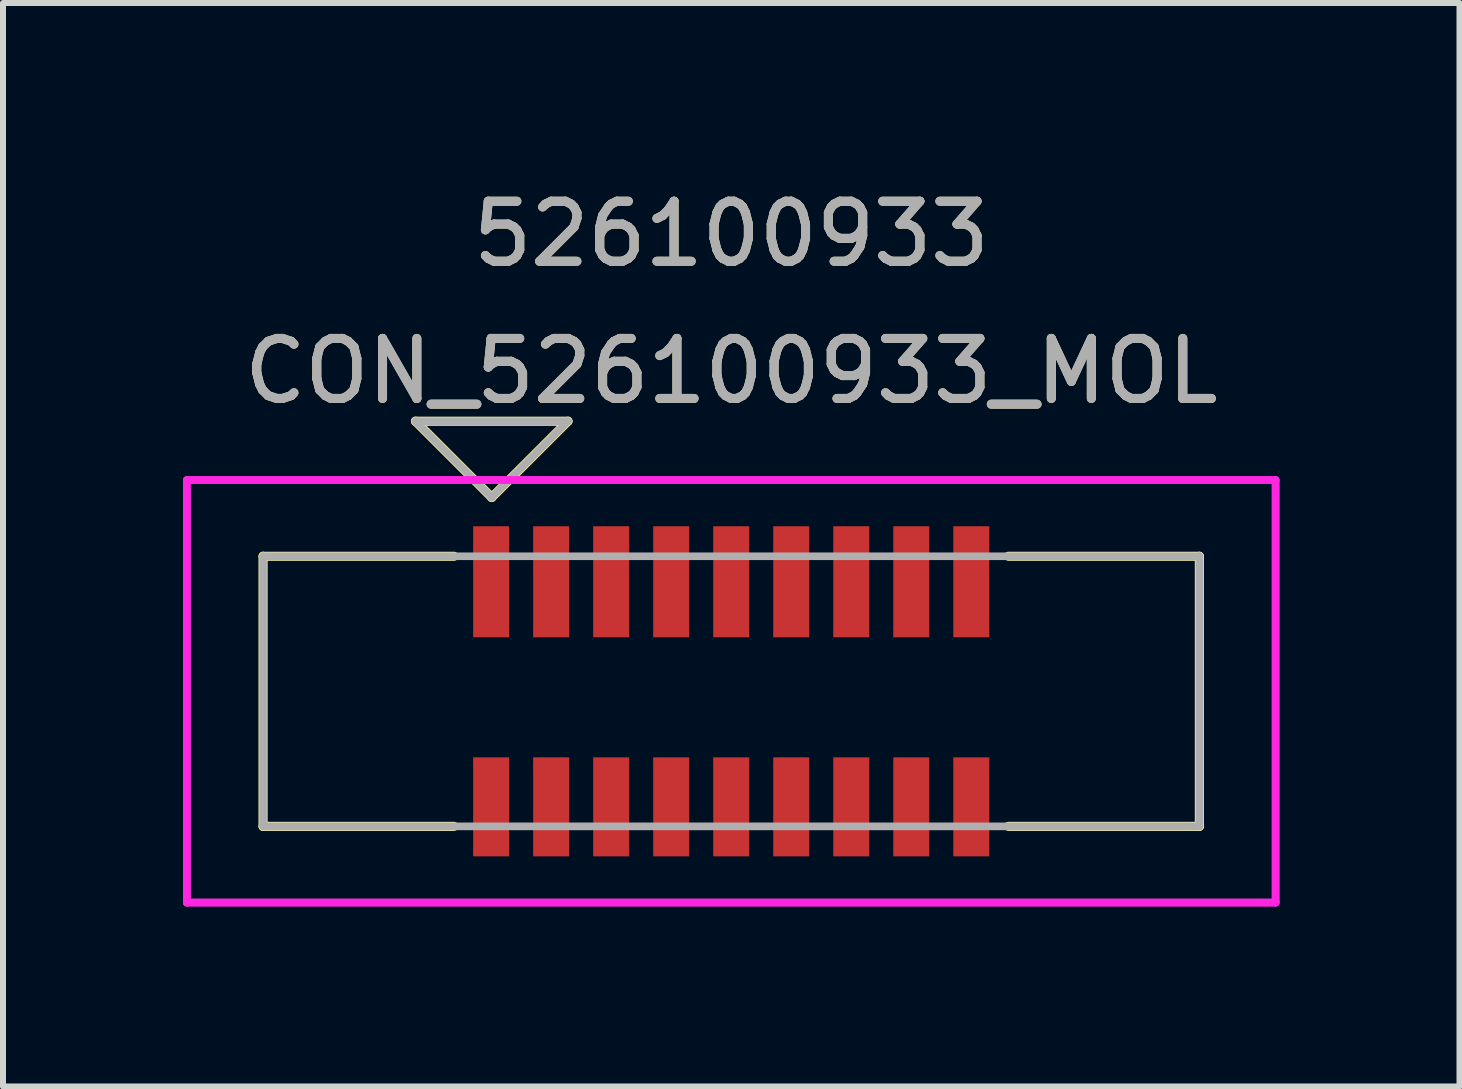
<source format=kicad_pcb>
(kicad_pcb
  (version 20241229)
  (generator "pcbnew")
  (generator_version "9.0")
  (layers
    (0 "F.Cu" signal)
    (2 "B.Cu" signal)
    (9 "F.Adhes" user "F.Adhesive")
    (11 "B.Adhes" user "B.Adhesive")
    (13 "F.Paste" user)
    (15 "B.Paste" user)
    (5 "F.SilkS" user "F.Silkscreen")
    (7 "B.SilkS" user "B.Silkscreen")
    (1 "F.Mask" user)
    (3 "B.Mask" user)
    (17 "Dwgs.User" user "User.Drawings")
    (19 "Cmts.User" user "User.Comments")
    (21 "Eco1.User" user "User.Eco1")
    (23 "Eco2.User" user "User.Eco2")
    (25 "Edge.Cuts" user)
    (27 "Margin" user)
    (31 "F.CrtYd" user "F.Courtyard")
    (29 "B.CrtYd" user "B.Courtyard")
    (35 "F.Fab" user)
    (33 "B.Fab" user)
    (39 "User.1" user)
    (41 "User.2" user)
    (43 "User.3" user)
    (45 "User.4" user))
  (footprint "CON_526100933_MOL"
    (layer "F.Cu")
    (at 9.133 8.468)
    (property "Reference" "CON_526100933_MOL" (at 0 -5.334 0) (unlocked yes) (layer "F.SilkS") (effects (font (size 1 1) (thickness 0.15))))
    (attr smd)
    (fp_line (start -7.8 -2.25) (end -4.62 -2.25) (stroke (width 0.152) (type solid)) (layer "F.SilkS"))
    (fp_line (start -7.8 2.25) (end -7.8 -2.25) (stroke (width 0.152) (type solid)) (layer "F.SilkS"))
    (fp_line (start -7.8 2.25) (end -4.62 2.25) (stroke (width 0.152) (type solid)) (layer "F.SilkS"))
    (fp_line (start -3.99 -3.23) (end -5.26 -4.5) (stroke (width 0.152) (type solid)) (layer "F.SilkS"))
    (fp_line (start -3.99 -3.23) (end -2.72 -4.5) (stroke (width 0.152) (type solid)) (layer "F.SilkS"))
    (fp_line (start -2.72 -4.5) (end -5.26 -4.5) (stroke (width 0.152) (type solid)) (layer "F.SilkS"))
    (fp_line (start 4.62 -2.25) (end 7.8 -2.25) (stroke (width 0.152) (type solid)) (layer "F.SilkS"))
    (fp_line (start 4.62 2.25) (end 7.8 2.25) (stroke (width 0.152) (type solid)) (layer "F.SilkS"))
    (fp_line (start 7.8 -2.25) (end 7.8 2.25) (stroke (width 0.152) (type solid)) (layer "F.SilkS"))
    (fp_line (start -9.07 -3.52) (end -9.07 3.52) (stroke (width 0.127) (type solid)) (layer "F.CrtYd"))
    (fp_line (start -9.07 -3.52) (end -9.07 3.52) (stroke (width 0.127) (type solid)) (layer "F.CrtYd"))
    (fp_line (start -9.07 3.52) (end 9.07 3.52) (stroke (width 0.127) (type solid)) (layer "F.CrtYd"))
    (fp_line (start -9.07 3.52) (end 9.07 3.52) (stroke (width 0.127) (type solid)) (layer "F.CrtYd"))
    (fp_line (start 9.07 -3.52) (end -9.07 -3.52) (stroke (width 0.127) (type solid)) (layer "F.CrtYd"))
    (fp_line (start 9.07 -3.52) (end -9.07 -3.52) (stroke (width 0.127) (type solid)) (layer "F.CrtYd"))
    (fp_line (start 9.07 3.52) (end 9.07 -3.52) (stroke (width 0.127) (type solid)) (layer "F.CrtYd"))
    (fp_line (start 9.07 3.52) (end 9.07 -3.52) (stroke (width 0.127) (type solid)) (layer "F.CrtYd"))
    (fp_line (start -7.8 -2.25) (end -7.8 2.25) (stroke (width 0.127) (type solid)) (layer "F.Fab"))
    (fp_line (start -7.8 2.25) (end 7.8 2.25) (stroke (width 0.127) (type solid)) (layer "F.Fab"))
    (fp_line (start -3.99 -3.23) (end -5.26 -4.5) (stroke (width 0.127) (type solid)) (layer "F.Fab"))
    (fp_line (start -3.99 -3.23) (end -2.72 -4.5) (stroke (width 0.127) (type solid)) (layer "F.Fab"))
    (fp_line (start -2.72 -4.5) (end -5.26 -4.5) (stroke (width 0.127) (type solid)) (layer "F.Fab"))
    (fp_line (start 7.8 -2.25) (end -7.8 -2.25) (stroke (width 0.127) (type solid)) (layer "F.Fab"))
    (fp_line (start 7.8 2.25) (end 7.8 -2.25) (stroke (width 0.127) (type solid)) (layer "F.Fab"))
    (fp_text user "526100933" (at 0 -7.62 0) (unlocked yes) (layer "F.SilkS") (effects (font (size 1 1) (thickness 0.15))))
    (fp_text user "${REFERENCE}" (at 0 -5.334 0) (unlocked yes) (layer "F.Fab") (effects (font (size 1 1) (thickness 0.15))))
    (fp_text user "526100933" (at 0 -7.62 0) (unlocked yes) (layer "F.Fab") (effects (font (size 1 1) (thickness 0.15))))
    (pad "1A" smd rect (at -4 -1.825) (size 0.6 1.85) (layers "F.Cu" "F.Mask" "F.Paste"))
    (pad "1B" smd rect (at -4 1.925) (size 0.6 1.65) (layers "F.Cu" "F.Mask" "F.Paste"))
    (pad "2A" smd rect (at -3 -1.825) (size 0.6 1.85) (layers "F.Cu" "F.Mask" "F.Paste"))
    (pad "2B" smd rect (at -3 1.925) (size 0.6 1.65) (layers "F.Cu" "F.Mask" "F.Paste"))
    (pad "3A" smd rect (at -2 -1.825) (size 0.6 1.85) (layers "F.Cu" "F.Mask" "F.Paste"))
    (pad "3B" smd rect (at -2 1.925) (size 0.6 1.65) (layers "F.Cu" "F.Mask" "F.Paste"))
    (pad "4A" smd rect (at -1 -1.825) (size 0.6 1.85) (layers "F.Cu" "F.Mask" "F.Paste"))
    (pad "4B" smd rect (at -1 1.925) (size 0.6 1.65) (layers "F.Cu" "F.Mask" "F.Paste"))
    (pad "5A" smd rect (at 0 -1.825) (size 0.6 1.85) (layers "F.Cu" "F.Mask" "F.Paste"))
    (pad "5B" smd rect (at 0 1.925) (size 0.6 1.65) (layers "F.Cu" "F.Mask" "F.Paste"))
    (pad "6A" smd rect (at 1 -1.825) (size 0.6 1.85) (layers "F.Cu" "F.Mask" "F.Paste"))
    (pad "6B" smd rect (at 1 1.925) (size 0.6 1.65) (layers "F.Cu" "F.Mask" "F.Paste"))
    (pad "7A" smd rect (at 2 -1.825) (size 0.6 1.85) (layers "F.Cu" "F.Mask" "F.Paste"))
    (pad "7B" smd rect (at 2 1.925) (size 0.6 1.65) (layers "F.Cu" "F.Mask" "F.Paste"))
    (pad "8A" smd rect (at 3 -1.825) (size 0.6 1.85) (layers "F.Cu" "F.Mask" "F.Paste"))
    (pad "8B" smd rect (at 3 1.925) (size 0.6 1.65) (layers "F.Cu" "F.Mask" "F.Paste"))
    (pad "9A" smd rect (at 4 -1.825) (size 0.6 1.85) (layers "F.Cu" "F.Mask" "F.Paste"))
    (pad "9B" smd rect (at 4 1.925) (size 0.6 1.65) (layers "F.Cu" "F.Mask" "F.Paste")))
  (gr_rect
    (start -3 -3)
    (end 21.267 15.052)
    (stroke (width 0.1) (type default))
    (fill no)
    (layer "Edge.Cuts")))
</source>
